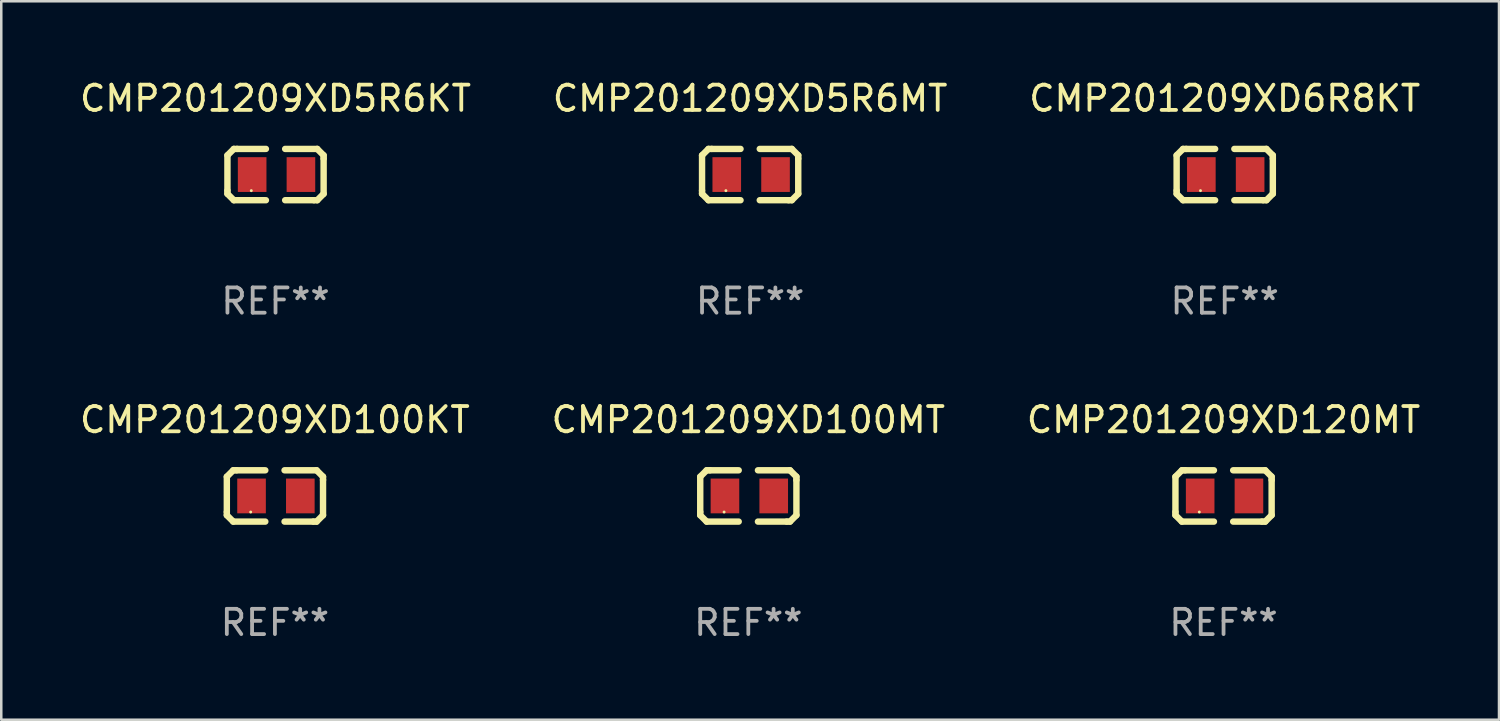
<source format=kicad_pcb>
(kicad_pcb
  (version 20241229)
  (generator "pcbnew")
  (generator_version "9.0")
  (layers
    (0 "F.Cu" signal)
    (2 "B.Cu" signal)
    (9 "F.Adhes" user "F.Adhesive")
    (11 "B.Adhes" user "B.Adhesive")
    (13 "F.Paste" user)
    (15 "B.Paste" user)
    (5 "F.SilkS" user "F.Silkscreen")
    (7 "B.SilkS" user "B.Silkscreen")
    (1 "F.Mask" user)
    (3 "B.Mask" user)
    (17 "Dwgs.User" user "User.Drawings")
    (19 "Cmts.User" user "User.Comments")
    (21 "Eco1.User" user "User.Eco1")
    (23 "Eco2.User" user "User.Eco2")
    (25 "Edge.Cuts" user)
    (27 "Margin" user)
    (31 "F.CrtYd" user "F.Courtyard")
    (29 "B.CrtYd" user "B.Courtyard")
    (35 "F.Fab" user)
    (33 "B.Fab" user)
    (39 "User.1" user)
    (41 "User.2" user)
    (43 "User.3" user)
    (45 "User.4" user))
  (footprint "CMP201209XD5R6KT"
    (layer "F.Cu")
    (at 7.863 3.864)
    (property "Reference" "CMP201209XD5R6KT" (at 0 -3.016 0) (layer "F.SilkS") (effects (font (size 1 1) (thickness 0.15))))
    (attr through_hole)
    (fp_line (start -1.905 -0.762) (end -1.905 0.635) (stroke (width 0.254) (type solid)) (layer "F.SilkS"))
    (fp_line (start -1.905 0.635) (end -1.905 0.762) (stroke (width 0.254) (type solid)) (layer "F.SilkS"))
    (fp_line (start -1.905 0.762) (end -1.651 1.016) (stroke (width 0.254) (type solid)) (layer "F.SilkS"))
    (fp_line (start -1.651 -1.016) (end -1.905 -0.762) (stroke (width 0.254) (type solid)) (layer "F.SilkS"))
    (fp_line (start -1.651 1.016) (end -0.381 1.016) (stroke (width 0.254) (type solid)) (layer "F.SilkS"))
    (fp_line (start -1.524 -1.016) (end -1.651 -1.016) (stroke (width 0.254) (type solid)) (layer "F.SilkS"))
    (fp_line (start -0.381 -1.016) (end -1.524 -1.016) (stroke (width 0.254) (type solid)) (layer "F.SilkS"))
    (fp_line (start 0.381 1.016) (end 1.524 1.016) (stroke (width 0.254) (type solid)) (layer "F.SilkS"))
    (fp_line (start 1.524 1.016) (end 1.651 1.016) (stroke (width 0.254) (type solid)) (layer "F.SilkS"))
    (fp_line (start 1.651 -1.016) (end 0.381 -1.016) (stroke (width 0.254) (type solid)) (layer "F.SilkS"))
    (fp_line (start 1.651 1.016) (end 1.905 0.762) (stroke (width 0.254) (type solid)) (layer "F.SilkS"))
    (fp_line (start 1.905 -0.762) (end 1.651 -1.016) (stroke (width 0.254) (type solid)) (layer "F.SilkS"))
    (fp_line (start 1.905 -0.635) (end 1.905 -0.762) (stroke (width 0.254) (type solid)) (layer "F.SilkS"))
    (fp_line (start 1.905 0.762) (end 1.905 -0.635) (stroke (width 0.254) (type solid)) (layer "F.SilkS"))
    (fp_circle (center -0.96 0.637) (end -0.93 0.637) (stroke (width 0.06) (type solid)) (fill no) (layer "F.SilkS"))
    (fp_text user "REF**" (at 0 5.016 0) (layer "F.Fab") (effects (font (size 1 1) (thickness 0.15))))
    (pad "1" smd rect (at -0.926 -0.000051) (size 1.133 1.377) (layers "F.Cu" "F.Mask" "F.Paste"))
    (pad "2" smd rect (at 1.006 -0.000051) (size 1.133 1.377) (layers "F.Cu" "F.Mask" "F.Paste")))
  (footprint "CMP201209XD5R6MT"
    (layer "F.Cu")
    (at 26.661 3.864)
    (property "Reference" "CMP201209XD5R6MT" (at 0 -3.016 0) (layer "F.SilkS") (effects (font (size 1 1) (thickness 0.15))))
    (attr through_hole)
    (fp_line (start -1.905 -0.762) (end -1.905 0.635) (stroke (width 0.254) (type solid)) (layer "F.SilkS"))
    (fp_line (start -1.905 0.635) (end -1.905 0.762) (stroke (width 0.254) (type solid)) (layer "F.SilkS"))
    (fp_line (start -1.905 0.762) (end -1.651 1.016) (stroke (width 0.254) (type solid)) (layer "F.SilkS"))
    (fp_line (start -1.651 -1.016) (end -1.905 -0.762) (stroke (width 0.254) (type solid)) (layer "F.SilkS"))
    (fp_line (start -1.651 1.016) (end -0.381 1.016) (stroke (width 0.254) (type solid)) (layer "F.SilkS"))
    (fp_line (start -1.524 -1.016) (end -1.651 -1.016) (stroke (width 0.254) (type solid)) (layer "F.SilkS"))
    (fp_line (start -0.381 -1.016) (end -1.524 -1.016) (stroke (width 0.254) (type solid)) (layer "F.SilkS"))
    (fp_line (start 0.381 1.016) (end 1.524 1.016) (stroke (width 0.254) (type solid)) (layer "F.SilkS"))
    (fp_line (start 1.524 1.016) (end 1.651 1.016) (stroke (width 0.254) (type solid)) (layer "F.SilkS"))
    (fp_line (start 1.651 -1.016) (end 0.381 -1.016) (stroke (width 0.254) (type solid)) (layer "F.SilkS"))
    (fp_line (start 1.651 1.016) (end 1.905 0.762) (stroke (width 0.254) (type solid)) (layer "F.SilkS"))
    (fp_line (start 1.905 -0.762) (end 1.651 -1.016) (stroke (width 0.254) (type solid)) (layer "F.SilkS"))
    (fp_line (start 1.905 -0.635) (end 1.905 -0.762) (stroke (width 0.254) (type solid)) (layer "F.SilkS"))
    (fp_line (start 1.905 0.762) (end 1.905 -0.635) (stroke (width 0.254) (type solid)) (layer "F.SilkS"))
    (fp_circle (center -0.96 0.637) (end -0.93 0.637) (stroke (width 0.06) (type solid)) (fill no) (layer "F.SilkS"))
    (fp_text user "REF**" (at 0 5.016 0) (layer "F.Fab") (effects (font (size 1 1) (thickness 0.15))))
    (pad "1" smd rect (at -0.926 -0.000051) (size 1.133 1.377) (layers "F.Cu" "F.Mask" "F.Paste"))
    (pad "2" smd rect (at 1.006 -0.000051) (size 1.133 1.377) (layers "F.Cu" "F.Mask" "F.Paste")))
  (footprint "CMP201209XD6R8KT"
    (layer "F.Cu")
    (at 45.458 3.864)
    (property "Reference" "CMP201209XD6R8KT" (at 0 -3.016 0) (layer "F.SilkS") (effects (font (size 1 1) (thickness 0.15))))
    (attr through_hole)
    (fp_line (start -1.905 -0.762) (end -1.905 0.635) (stroke (width 0.254) (type solid)) (layer "F.SilkS"))
    (fp_line (start -1.905 0.635) (end -1.905 0.762) (stroke (width 0.254) (type solid)) (layer "F.SilkS"))
    (fp_line (start -1.905 0.762) (end -1.651 1.016) (stroke (width 0.254) (type solid)) (layer "F.SilkS"))
    (fp_line (start -1.651 -1.016) (end -1.905 -0.762) (stroke (width 0.254) (type solid)) (layer "F.SilkS"))
    (fp_line (start -1.651 1.016) (end -0.381 1.016) (stroke (width 0.254) (type solid)) (layer "F.SilkS"))
    (fp_line (start -1.524 -1.016) (end -1.651 -1.016) (stroke (width 0.254) (type solid)) (layer "F.SilkS"))
    (fp_line (start -0.381 -1.016) (end -1.524 -1.016) (stroke (width 0.254) (type solid)) (layer "F.SilkS"))
    (fp_line (start 0.381 1.016) (end 1.524 1.016) (stroke (width 0.254) (type solid)) (layer "F.SilkS"))
    (fp_line (start 1.524 1.016) (end 1.651 1.016) (stroke (width 0.254) (type solid)) (layer "F.SilkS"))
    (fp_line (start 1.651 -1.016) (end 0.381 -1.016) (stroke (width 0.254) (type solid)) (layer "F.SilkS"))
    (fp_line (start 1.651 1.016) (end 1.905 0.762) (stroke (width 0.254) (type solid)) (layer "F.SilkS"))
    (fp_line (start 1.905 -0.762) (end 1.651 -1.016) (stroke (width 0.254) (type solid)) (layer "F.SilkS"))
    (fp_line (start 1.905 -0.635) (end 1.905 -0.762) (stroke (width 0.254) (type solid)) (layer "F.SilkS"))
    (fp_line (start 1.905 0.762) (end 1.905 -0.635) (stroke (width 0.254) (type solid)) (layer "F.SilkS"))
    (fp_circle (center -0.96 0.637) (end -0.93 0.637) (stroke (width 0.06) (type solid)) (fill no) (layer "F.SilkS"))
    (fp_text user "REF**" (at 0 5.016 0) (layer "F.Fab") (effects (font (size 1 1) (thickness 0.15))))
    (pad "1" smd rect (at -0.926 -0.000051) (size 1.133 1.377) (layers "F.Cu" "F.Mask" "F.Paste"))
    (pad "2" smd rect (at 1.006 -0.000051) (size 1.133 1.377) (layers "F.Cu" "F.Mask" "F.Paste")))
  (footprint "CMP201209XD100KT"
    (layer "F.Cu")
    (at 7.839 16.593)
    (property "Reference" "CMP201209XD100KT" (at 0 -3.016 0) (layer "F.SilkS") (effects (font (size 1 1) (thickness 0.15))))
    (attr through_hole)
    (fp_line (start -1.905 -0.762) (end -1.905 0.635) (stroke (width 0.254) (type solid)) (layer "F.SilkS"))
    (fp_line (start -1.905 0.635) (end -1.905 0.762) (stroke (width 0.254) (type solid)) (layer "F.SilkS"))
    (fp_line (start -1.905 0.762) (end -1.651 1.016) (stroke (width 0.254) (type solid)) (layer "F.SilkS"))
    (fp_line (start -1.651 -1.016) (end -1.905 -0.762) (stroke (width 0.254) (type solid)) (layer "F.SilkS"))
    (fp_line (start -1.651 1.016) (end -0.381 1.016) (stroke (width 0.254) (type solid)) (layer "F.SilkS"))
    (fp_line (start -1.524 -1.016) (end -1.651 -1.016) (stroke (width 0.254) (type solid)) (layer "F.SilkS"))
    (fp_line (start -0.381 -1.016) (end -1.524 -1.016) (stroke (width 0.254) (type solid)) (layer "F.SilkS"))
    (fp_line (start 0.381 1.016) (end 1.524 1.016) (stroke (width 0.254) (type solid)) (layer "F.SilkS"))
    (fp_line (start 1.524 1.016) (end 1.651 1.016) (stroke (width 0.254) (type solid)) (layer "F.SilkS"))
    (fp_line (start 1.651 -1.016) (end 0.381 -1.016) (stroke (width 0.254) (type solid)) (layer "F.SilkS"))
    (fp_line (start 1.651 1.016) (end 1.905 0.762) (stroke (width 0.254) (type solid)) (layer "F.SilkS"))
    (fp_line (start 1.905 -0.762) (end 1.651 -1.016) (stroke (width 0.254) (type solid)) (layer "F.SilkS"))
    (fp_line (start 1.905 -0.635) (end 1.905 -0.762) (stroke (width 0.254) (type solid)) (layer "F.SilkS"))
    (fp_line (start 1.905 0.762) (end 1.905 -0.635) (stroke (width 0.254) (type solid)) (layer "F.SilkS"))
    (fp_circle (center -0.96 0.637) (end -0.93 0.637) (stroke (width 0.06) (type solid)) (fill no) (layer "F.SilkS"))
    (fp_text user "REF**" (at 0 5.016 0) (layer "F.Fab") (effects (font (size 1 1) (thickness 0.15))))
    (pad "1" smd rect (at -0.926 -0.000051) (size 1.133 1.377) (layers "F.Cu" "F.Mask" "F.Paste"))
    (pad "2" smd rect (at 1.006 -0.000051) (size 1.133 1.377) (layers "F.Cu" "F.Mask" "F.Paste")))
  (footprint "CMP201209XD120MT"
    (layer "F.Cu")
    (at 45.411 16.593)
    (property "Reference" "CMP201209XD120MT" (at 0 -3.016 0) (layer "F.SilkS") (effects (font (size 1 1) (thickness 0.15))))
    (attr through_hole)
    (fp_line (start -1.905 -0.762) (end -1.905 0.635) (stroke (width 0.254) (type solid)) (layer "F.SilkS"))
    (fp_line (start -1.905 0.635) (end -1.905 0.762) (stroke (width 0.254) (type solid)) (layer "F.SilkS"))
    (fp_line (start -1.905 0.762) (end -1.651 1.016) (stroke (width 0.254) (type solid)) (layer "F.SilkS"))
    (fp_line (start -1.651 -1.016) (end -1.905 -0.762) (stroke (width 0.254) (type solid)) (layer "F.SilkS"))
    (fp_line (start -1.651 1.016) (end -0.381 1.016) (stroke (width 0.254) (type solid)) (layer "F.SilkS"))
    (fp_line (start -1.524 -1.016) (end -1.651 -1.016) (stroke (width 0.254) (type solid)) (layer "F.SilkS"))
    (fp_line (start -0.381 -1.016) (end -1.524 -1.016) (stroke (width 0.254) (type solid)) (layer "F.SilkS"))
    (fp_line (start 0.381 1.016) (end 1.524 1.016) (stroke (width 0.254) (type solid)) (layer "F.SilkS"))
    (fp_line (start 1.524 1.016) (end 1.651 1.016) (stroke (width 0.254) (type solid)) (layer "F.SilkS"))
    (fp_line (start 1.651 -1.016) (end 0.381 -1.016) (stroke (width 0.254) (type solid)) (layer "F.SilkS"))
    (fp_line (start 1.651 1.016) (end 1.905 0.762) (stroke (width 0.254) (type solid)) (layer "F.SilkS"))
    (fp_line (start 1.905 -0.762) (end 1.651 -1.016) (stroke (width 0.254) (type solid)) (layer "F.SilkS"))
    (fp_line (start 1.905 -0.635) (end 1.905 -0.762) (stroke (width 0.254) (type solid)) (layer "F.SilkS"))
    (fp_line (start 1.905 0.762) (end 1.905 -0.635) (stroke (width 0.254) (type solid)) (layer "F.SilkS"))
    (fp_circle (center -0.96 0.637) (end -0.93 0.637) (stroke (width 0.06) (type solid)) (fill no) (layer "F.SilkS"))
    (fp_text user "REF**" (at 0 5.016 0) (layer "F.Fab") (effects (font (size 1 1) (thickness 0.15))))
    (pad "1" smd rect (at -0.926 -0.000051) (size 1.133 1.377) (layers "F.Cu" "F.Mask" "F.Paste"))
    (pad "2" smd rect (at 1.006 -0.000051) (size 1.133 1.377) (layers "F.Cu" "F.Mask" "F.Paste")))
  (footprint "CMP201209XD100MT"
    (layer "F.Cu")
    (at 26.589 16.593)
    (property "Reference" "CMP201209XD100MT" (at 0 -3.016 0) (layer "F.SilkS") (effects (font (size 1 1) (thickness 0.15))))
    (attr through_hole)
    (fp_line (start -1.905 -0.762) (end -1.905 0.635) (stroke (width 0.254) (type solid)) (layer "F.SilkS"))
    (fp_line (start -1.905 0.635) (end -1.905 0.762) (stroke (width 0.254) (type solid)) (layer "F.SilkS"))
    (fp_line (start -1.905 0.762) (end -1.651 1.016) (stroke (width 0.254) (type solid)) (layer "F.SilkS"))
    (fp_line (start -1.651 -1.016) (end -1.905 -0.762) (stroke (width 0.254) (type solid)) (layer "F.SilkS"))
    (fp_line (start -1.651 1.016) (end -0.381 1.016) (stroke (width 0.254) (type solid)) (layer "F.SilkS"))
    (fp_line (start -1.524 -1.016) (end -1.651 -1.016) (stroke (width 0.254) (type solid)) (layer "F.SilkS"))
    (fp_line (start -0.381 -1.016) (end -1.524 -1.016) (stroke (width 0.254) (type solid)) (layer "F.SilkS"))
    (fp_line (start 0.381 1.016) (end 1.524 1.016) (stroke (width 0.254) (type solid)) (layer "F.SilkS"))
    (fp_line (start 1.524 1.016) (end 1.651 1.016) (stroke (width 0.254) (type solid)) (layer "F.SilkS"))
    (fp_line (start 1.651 -1.016) (end 0.381 -1.016) (stroke (width 0.254) (type solid)) (layer "F.SilkS"))
    (fp_line (start 1.651 1.016) (end 1.905 0.762) (stroke (width 0.254) (type solid)) (layer "F.SilkS"))
    (fp_line (start 1.905 -0.762) (end 1.651 -1.016) (stroke (width 0.254) (type solid)) (layer "F.SilkS"))
    (fp_line (start 1.905 -0.635) (end 1.905 -0.762) (stroke (width 0.254) (type solid)) (layer "F.SilkS"))
    (fp_line (start 1.905 0.762) (end 1.905 -0.635) (stroke (width 0.254) (type solid)) (layer "F.SilkS"))
    (fp_circle (center -0.96 0.637) (end -0.93 0.637) (stroke (width 0.06) (type solid)) (fill no) (layer "F.SilkS"))
    (fp_text user "REF**" (at 0 5.016 0) (layer "F.Fab") (effects (font (size 1 1) (thickness 0.15))))
    (pad "1" smd rect (at -0.926 -0.000051) (size 1.133 1.377) (layers "F.Cu" "F.Mask" "F.Paste"))
    (pad "2" smd rect (at 1.006 -0.000051) (size 1.133 1.377) (layers "F.Cu" "F.Mask" "F.Paste")))
  (gr_rect
    (start -3 -3)
    (end 56.321 25.457)
    (stroke (width 0.1) (type default))
    (fill no)
    (layer "Edge.Cuts")))
</source>
